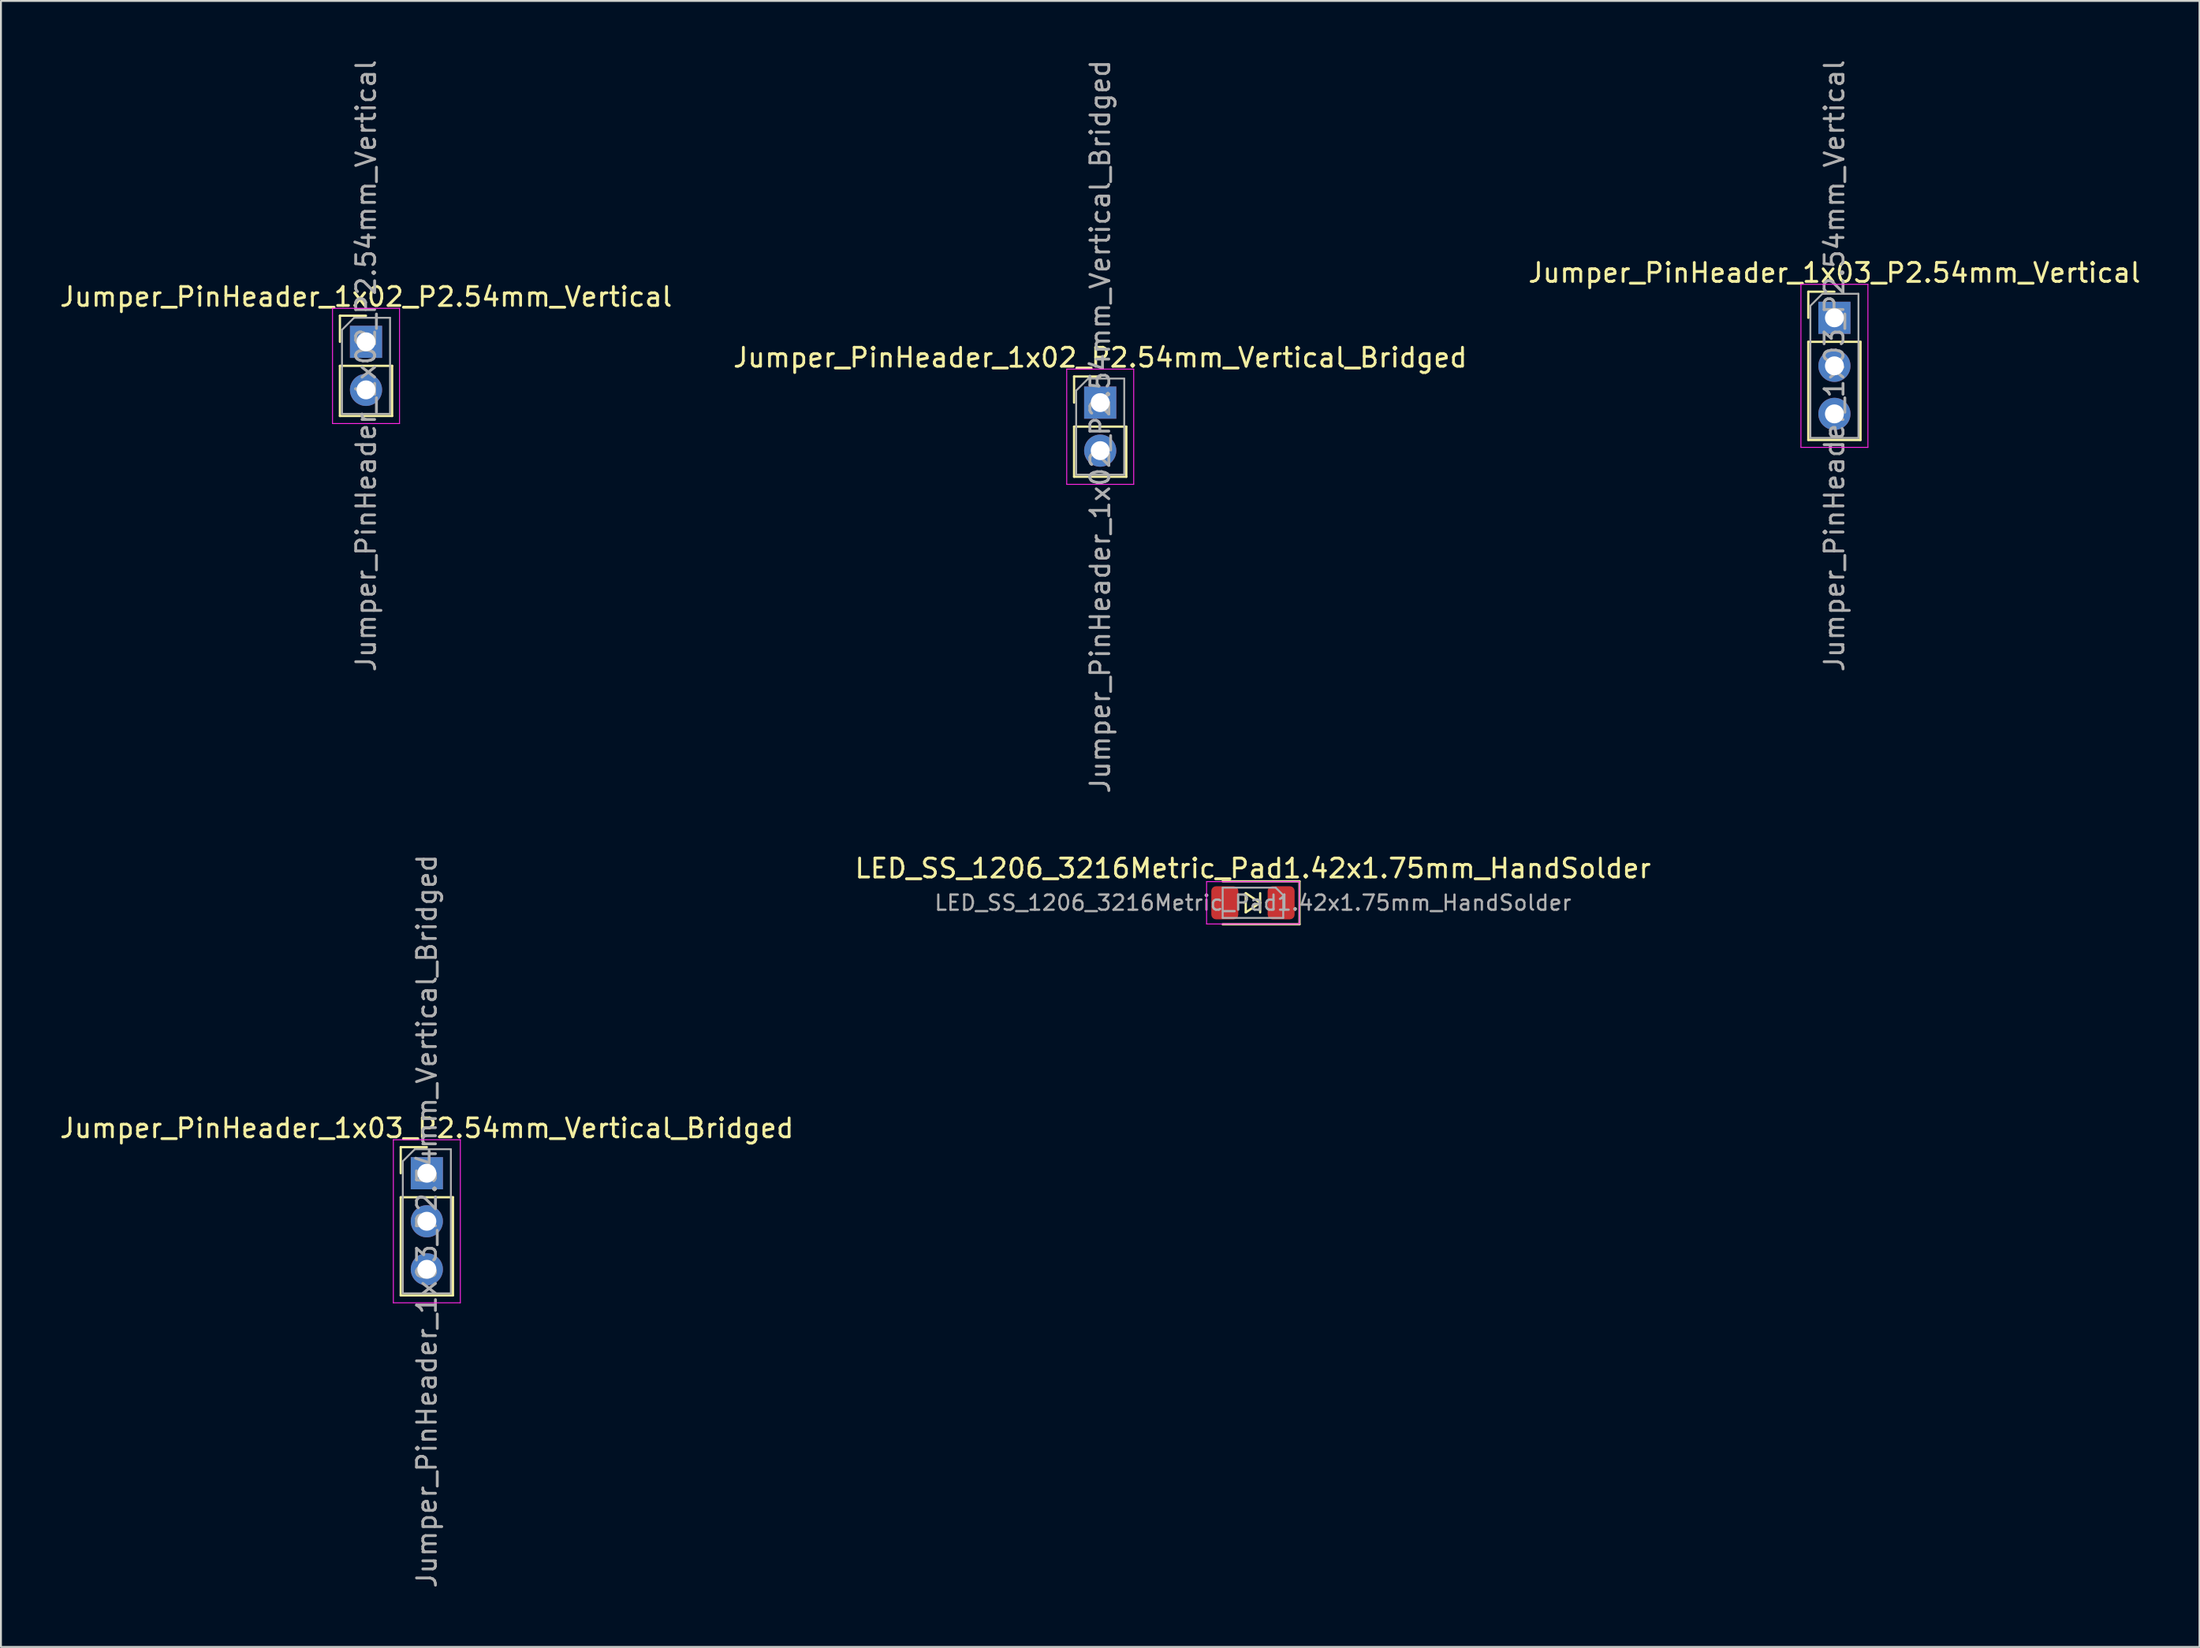
<source format=kicad_pcb>
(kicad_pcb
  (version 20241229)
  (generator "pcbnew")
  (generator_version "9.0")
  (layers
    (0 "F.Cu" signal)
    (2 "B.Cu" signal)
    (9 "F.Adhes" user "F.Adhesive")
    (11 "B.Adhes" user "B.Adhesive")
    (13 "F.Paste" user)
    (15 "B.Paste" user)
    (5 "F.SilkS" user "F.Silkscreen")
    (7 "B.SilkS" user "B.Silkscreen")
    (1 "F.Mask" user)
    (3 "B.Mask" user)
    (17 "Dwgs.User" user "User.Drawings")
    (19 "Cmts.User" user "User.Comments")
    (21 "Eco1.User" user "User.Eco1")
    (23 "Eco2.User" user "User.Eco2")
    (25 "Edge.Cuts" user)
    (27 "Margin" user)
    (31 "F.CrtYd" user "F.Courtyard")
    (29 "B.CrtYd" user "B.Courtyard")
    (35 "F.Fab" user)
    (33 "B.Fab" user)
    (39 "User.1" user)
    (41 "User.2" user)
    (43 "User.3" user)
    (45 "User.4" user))
  (footprint "Jumper_PinHeader_1x02_P2.54mm_Vertical"
    (layer "F.Cu")
    (at 16.292 15.022)
    (property "Reference" "Jumper_PinHeader_1x02_P2.54mm_Vertical" (at 0 -2.38 0) (layer "F.SilkS") (effects (font (size 1 1) (thickness 0.15))))
    (attr through_hole)
    (fp_line (start -1.38 -1.38) (end 0 -1.38) (stroke (width 0.12) (type solid)) (layer "F.SilkS"))
    (fp_line (start -1.38 0) (end -1.38 -1.38) (stroke (width 0.12) (type solid)) (layer "F.SilkS"))
    (fp_line (start -1.38 1.27) (end -1.38 3.92) (stroke (width 0.12) (type solid)) (layer "F.SilkS"))
    (fp_line (start -1.38 1.27) (end 1.38 1.27) (stroke (width 0.12) (type solid)) (layer "F.SilkS"))
    (fp_line (start -1.38 3.92) (end 1.38 3.92) (stroke (width 0.12) (type solid)) (layer "F.SilkS"))
    (fp_line (start 1.38 1.27) (end 1.38 3.92) (stroke (width 0.12) (type solid)) (layer "F.SilkS"))
    (fp_line (start -1.77 -1.77) (end -1.77 4.32) (stroke (width 0.05) (type solid)) (layer "F.CrtYd"))
    (fp_line (start -1.77 4.32) (end 1.77 4.32) (stroke (width 0.05) (type solid)) (layer "F.CrtYd"))
    (fp_line (start 1.77 -1.77) (end -1.77 -1.77) (stroke (width 0.05) (type solid)) (layer "F.CrtYd"))
    (fp_line (start 1.77 4.32) (end 1.77 -1.77) (stroke (width 0.05) (type solid)) (layer "F.CrtYd"))
    (fp_line (start -1.27 -0.635) (end -0.635 -1.27) (stroke (width 0.1) (type solid)) (layer "F.Fab"))
    (fp_line (start -1.27 3.81) (end -1.27 -0.635) (stroke (width 0.1) (type solid)) (layer "F.Fab"))
    (fp_line (start -0.635 -1.27) (end 1.27 -1.27) (stroke (width 0.1) (type solid)) (layer "F.Fab"))
    (fp_line (start 1.27 -1.27) (end 1.27 3.81) (stroke (width 0.1) (type solid)) (layer "F.Fab"))
    (fp_line (start 1.27 3.81) (end -1.27 3.81) (stroke (width 0.1) (type solid)) (layer "F.Fab"))
    (fp_text user "${REFERENCE}" (at 0 1.27 90) (layer "F.Fab") (effects (font (size 1 1) (thickness 0.15))))
    (pad "1" thru_hole rect (at 0 0) (size 1.7 1.7) (drill 1) (layers "*.Cu" "*.Mask"))
    (pad "2" thru_hole circle (at 0 2.54) (size 1.7 1.7) (drill 1) (layers "*.Cu" "*.Mask")))
  (footprint "Jumper_PinHeader_1x03_P2.54mm_Vertical_Bridged"
    (layer "F.Cu")
    (at 19.506 58.978)
    (property "Reference" "Jumper_PinHeader_1x03_P2.54mm_Vertical_Bridged" (at 0 -2.38 0) (layer "F.SilkS") (effects (font (size 1 1) (thickness 0.15))))
    (attr through_hole)
    (fp_line (start -1.38 -1.38) (end 0 -1.38) (stroke (width 0.12) (type solid)) (layer "F.SilkS"))
    (fp_line (start -1.38 0) (end -1.38 -1.38) (stroke (width 0.12) (type solid)) (layer "F.SilkS"))
    (fp_line (start -1.38 1.27) (end -1.38 6.46) (stroke (width 0.12) (type solid)) (layer "F.SilkS"))
    (fp_line (start -1.38 1.27) (end 1.38 1.27) (stroke (width 0.12) (type solid)) (layer "F.SilkS"))
    (fp_line (start -1.38 6.46) (end 1.38 6.46) (stroke (width 0.12) (type solid)) (layer "F.SilkS"))
    (fp_line (start 1.38 1.27) (end 1.38 6.46) (stroke (width 0.12) (type solid)) (layer "F.SilkS"))
    (fp_line (start -1.77 -1.77) (end -1.77 6.85) (stroke (width 0.05) (type solid)) (layer "F.CrtYd"))
    (fp_line (start -1.77 6.85) (end 1.77 6.85) (stroke (width 0.05) (type solid)) (layer "F.CrtYd"))
    (fp_line (start 1.77 -1.77) (end -1.77 -1.77) (stroke (width 0.05) (type solid)) (layer "F.CrtYd"))
    (fp_line (start 1.77 6.85) (end 1.77 -1.77) (stroke (width 0.05) (type solid)) (layer "F.CrtYd"))
    (fp_line (start -1.27 -0.635) (end -0.635 -1.27) (stroke (width 0.1) (type solid)) (layer "F.Fab"))
    (fp_line (start -1.27 6.35) (end -1.27 -0.635) (stroke (width 0.1) (type solid)) (layer "F.Fab"))
    (fp_line (start -0.635 -1.27) (end 1.27 -1.27) (stroke (width 0.1) (type solid)) (layer "F.Fab"))
    (fp_line (start 1.27 -1.27) (end 1.27 6.35) (stroke (width 0.1) (type solid)) (layer "F.Fab"))
    (fp_line (start 1.27 6.35) (end -1.27 6.35) (stroke (width 0.1) (type solid)) (layer "F.Fab"))
    (fp_text user "${REFERENCE}" (at 0 2.54 90) (layer "F.Fab") (effects (font (size 1 1) (thickness 0.15))))
    (pad "1" thru_hole rect (at 0 0) (size 1.7 1.7) (drill 1) (layers "*.Cu" "*.Mask"))
    (pad "2" thru_hole circle (at 0 2.54) (size 1.7 1.7) (drill 1) (layers "*.Cu" "*.Mask"))
    (pad "3" thru_hole circle (at 0 5.08) (size 1.7 1.7) (drill 1) (layers "*.Cu" "*.Mask")))
  (footprint "Jumper_PinHeader_1x03_P2.54mm_Vertical"
    (layer "F.Cu")
    (at 93.887 13.752)
    (property "Reference" "Jumper_PinHeader_1x03_P2.54mm_Vertical" (at 0 -2.38 0) (layer "F.SilkS") (effects (font (size 1 1) (thickness 0.15))))
    (attr through_hole)
    (fp_line (start -1.38 -1.38) (end 0 -1.38) (stroke (width 0.12) (type solid)) (layer "F.SilkS"))
    (fp_line (start -1.38 0) (end -1.38 -1.38) (stroke (width 0.12) (type solid)) (layer "F.SilkS"))
    (fp_line (start -1.38 1.27) (end -1.38 6.46) (stroke (width 0.12) (type solid)) (layer "F.SilkS"))
    (fp_line (start -1.38 1.27) (end 1.38 1.27) (stroke (width 0.12) (type solid)) (layer "F.SilkS"))
    (fp_line (start -1.38 6.46) (end 1.38 6.46) (stroke (width 0.12) (type solid)) (layer "F.SilkS"))
    (fp_line (start 1.38 1.27) (end 1.38 6.46) (stroke (width 0.12) (type solid)) (layer "F.SilkS"))
    (fp_line (start -1.77 -1.77) (end -1.77 6.85) (stroke (width 0.05) (type solid)) (layer "F.CrtYd"))
    (fp_line (start -1.77 6.85) (end 1.77 6.85) (stroke (width 0.05) (type solid)) (layer "F.CrtYd"))
    (fp_line (start 1.77 -1.77) (end -1.77 -1.77) (stroke (width 0.05) (type solid)) (layer "F.CrtYd"))
    (fp_line (start 1.77 6.85) (end 1.77 -1.77) (stroke (width 0.05) (type solid)) (layer "F.CrtYd"))
    (fp_line (start -1.27 -0.635) (end -0.635 -1.27) (stroke (width 0.1) (type solid)) (layer "F.Fab"))
    (fp_line (start -1.27 6.35) (end -1.27 -0.635) (stroke (width 0.1) (type solid)) (layer "F.Fab"))
    (fp_line (start -0.635 -1.27) (end 1.27 -1.27) (stroke (width 0.1) (type solid)) (layer "F.Fab"))
    (fp_line (start 1.27 -1.27) (end 1.27 6.35) (stroke (width 0.1) (type solid)) (layer "F.Fab"))
    (fp_line (start 1.27 6.35) (end -1.27 6.35) (stroke (width 0.1) (type solid)) (layer "F.Fab"))
    (fp_text user "${REFERENCE}" (at 0 2.54 90) (layer "F.Fab") (effects (font (size 1 1) (thickness 0.15))))
    (pad "1" thru_hole rect (at 0 0) (size 1.7 1.7) (drill 1) (layers "*.Cu" "*.Mask"))
    (pad "2" thru_hole circle (at 0 2.54) (size 1.7 1.7) (drill 1) (layers "*.Cu" "*.Mask"))
    (pad "3" thru_hole circle (at 0 5.08) (size 1.7 1.7) (drill 1) (layers "*.Cu" "*.Mask")))
  (footprint "Jumper_PinHeader_1x02_P2.54mm_Vertical_Bridged"
    (layer "F.Cu")
    (at 55.089 18.236)
    (property "Reference" "Jumper_PinHeader_1x02_P2.54mm_Vertical_Bridged" (at 0 -2.38 0) (layer "F.SilkS") (effects (font (size 1 1) (thickness 0.15))))
    (attr through_hole)
    (fp_line (start -1.38 -1.38) (end 0 -1.38) (stroke (width 0.12) (type solid)) (layer "F.SilkS"))
    (fp_line (start -1.38 0) (end -1.38 -1.38) (stroke (width 0.12) (type solid)) (layer "F.SilkS"))
    (fp_line (start -1.38 1.27) (end -1.38 3.92) (stroke (width 0.12) (type solid)) (layer "F.SilkS"))
    (fp_line (start -1.38 1.27) (end 1.38 1.27) (stroke (width 0.12) (type solid)) (layer "F.SilkS"))
    (fp_line (start -1.38 3.92) (end 1.38 3.92) (stroke (width 0.12) (type solid)) (layer "F.SilkS"))
    (fp_line (start 1.38 1.27) (end 1.38 3.92) (stroke (width 0.12) (type solid)) (layer "F.SilkS"))
    (fp_line (start -1.77 -1.77) (end -1.77 4.32) (stroke (width 0.05) (type solid)) (layer "F.CrtYd"))
    (fp_line (start -1.77 4.32) (end 1.77 4.32) (stroke (width 0.05) (type solid)) (layer "F.CrtYd"))
    (fp_line (start 1.77 -1.77) (end -1.77 -1.77) (stroke (width 0.05) (type solid)) (layer "F.CrtYd"))
    (fp_line (start 1.77 4.32) (end 1.77 -1.77) (stroke (width 0.05) (type solid)) (layer "F.CrtYd"))
    (fp_line (start -1.27 -0.635) (end -0.635 -1.27) (stroke (width 0.1) (type solid)) (layer "F.Fab"))
    (fp_line (start -1.27 3.81) (end -1.27 -0.635) (stroke (width 0.1) (type solid)) (layer "F.Fab"))
    (fp_line (start -0.635 -1.27) (end 1.27 -1.27) (stroke (width 0.1) (type solid)) (layer "F.Fab"))
    (fp_line (start 1.27 -1.27) (end 1.27 3.81) (stroke (width 0.1) (type solid)) (layer "F.Fab"))
    (fp_line (start 1.27 3.81) (end -1.27 3.81) (stroke (width 0.1) (type solid)) (layer "F.Fab"))
    (fp_text user "${REFERENCE}" (at 0 1.27 90) (layer "F.Fab") (effects (font (size 1 1) (thickness 0.15))))
    (pad "1" thru_hole rect (at 0 0) (size 1.7 1.7) (drill 1) (layers "*.Cu" "*.Mask"))
    (pad "2" thru_hole circle (at 0 2.54) (size 1.7 1.7) (drill 1) (layers "*.Cu" "*.Mask")))
  (footprint "LED_SS_1206_3216Metric_Pad1.42x1.75mm_HandSolder"
    (layer "F.Cu")
    (at 63.161 44.68)
    (property "Reference" "LED_SS_1206_3216Metric_Pad1.42x1.75mm_HandSolder" (at 0 -1.82 0) (layer "F.SilkS") (effects (font (size 1 1) (thickness 0.15))))
    (attr smd)
    (fp_line (start -1.6 -1.135) (end 2.46 -1.135) (stroke (width 0.12) (type solid)) (layer "F.SilkS"))
    (fp_line (start -0.381 -0.508) (end -0.381 0.508) (stroke (width 0.12) (type solid)) (layer "F.SilkS"))
    (fp_line (start -0.381 0.508) (end 0.381 0) (stroke (width 0.12) (type solid)) (layer "F.SilkS"))
    (fp_line (start 0.381 -0.508) (end 0.381 0.508) (stroke (width 0.12) (type solid)) (layer "F.SilkS"))
    (fp_line (start 0.381 0) (end -0.381 -0.508) (stroke (width 0.12) (type solid)) (layer "F.SilkS"))
    (fp_line (start 2.46 -1.135) (end 2.46 1.135) (stroke (width 0.12) (type solid)) (layer "F.SilkS"))
    (fp_line (start 2.46 1.135) (end -1.6 1.135) (stroke (width 0.12) (type solid)) (layer "F.SilkS"))
    (fp_line (start -2.45 -1.12) (end -2.45 1.12) (stroke (width 0.05) (type solid)) (layer "F.CrtYd"))
    (fp_line (start -2.45 1.12) (end 2.45 1.12) (stroke (width 0.05) (type solid)) (layer "F.CrtYd"))
    (fp_line (start 2.45 -1.12) (end -2.45 -1.12) (stroke (width 0.05) (type solid)) (layer "F.CrtYd"))
    (fp_line (start 2.45 1.12) (end 2.45 -1.12) (stroke (width 0.05) (type solid)) (layer "F.CrtYd"))
    (fp_line (start -1.6 -0.8) (end 1.2 -0.8) (stroke (width 0.1) (type solid)) (layer "F.Fab"))
    (fp_line (start -1.6 0.8) (end -1.6 -0.8) (stroke (width 0.1) (type solid)) (layer "F.Fab"))
    (fp_line (start 1.2 -0.8) (end 1.6 -0.4) (stroke (width 0.1) (type solid)) (layer "F.Fab"))
    (fp_line (start 1.6 -0.4) (end 1.6 0.8) (stroke (width 0.1) (type solid)) (layer "F.Fab"))
    (fp_line (start 1.6 0.8) (end -1.6 0.8) (stroke (width 0.1) (type solid)) (layer "F.Fab"))
    (fp_text user "${REFERENCE}" (at 0 0 0) (layer "F.Fab") (effects (font (size 0.8 0.8) (thickness 0.12))))
    (pad "1" smd roundrect (at 1.488 0) (size 1.425 1.75) (layers "F.Cu" "F.Mask" "F.Paste") (roundrect_rratio 0.175))
    (pad "2" smd roundrect (at -1.488 0) (size 1.425 1.75) (layers "F.Cu" "F.Mask" "F.Paste") (roundrect_rratio 0.175)))
  (gr_rect
    (start -3 -3)
    (end 113.179 84.024)
    (stroke (width 0.1) (type default))
    (fill no)
    (layer "Edge.Cuts")))
</source>
